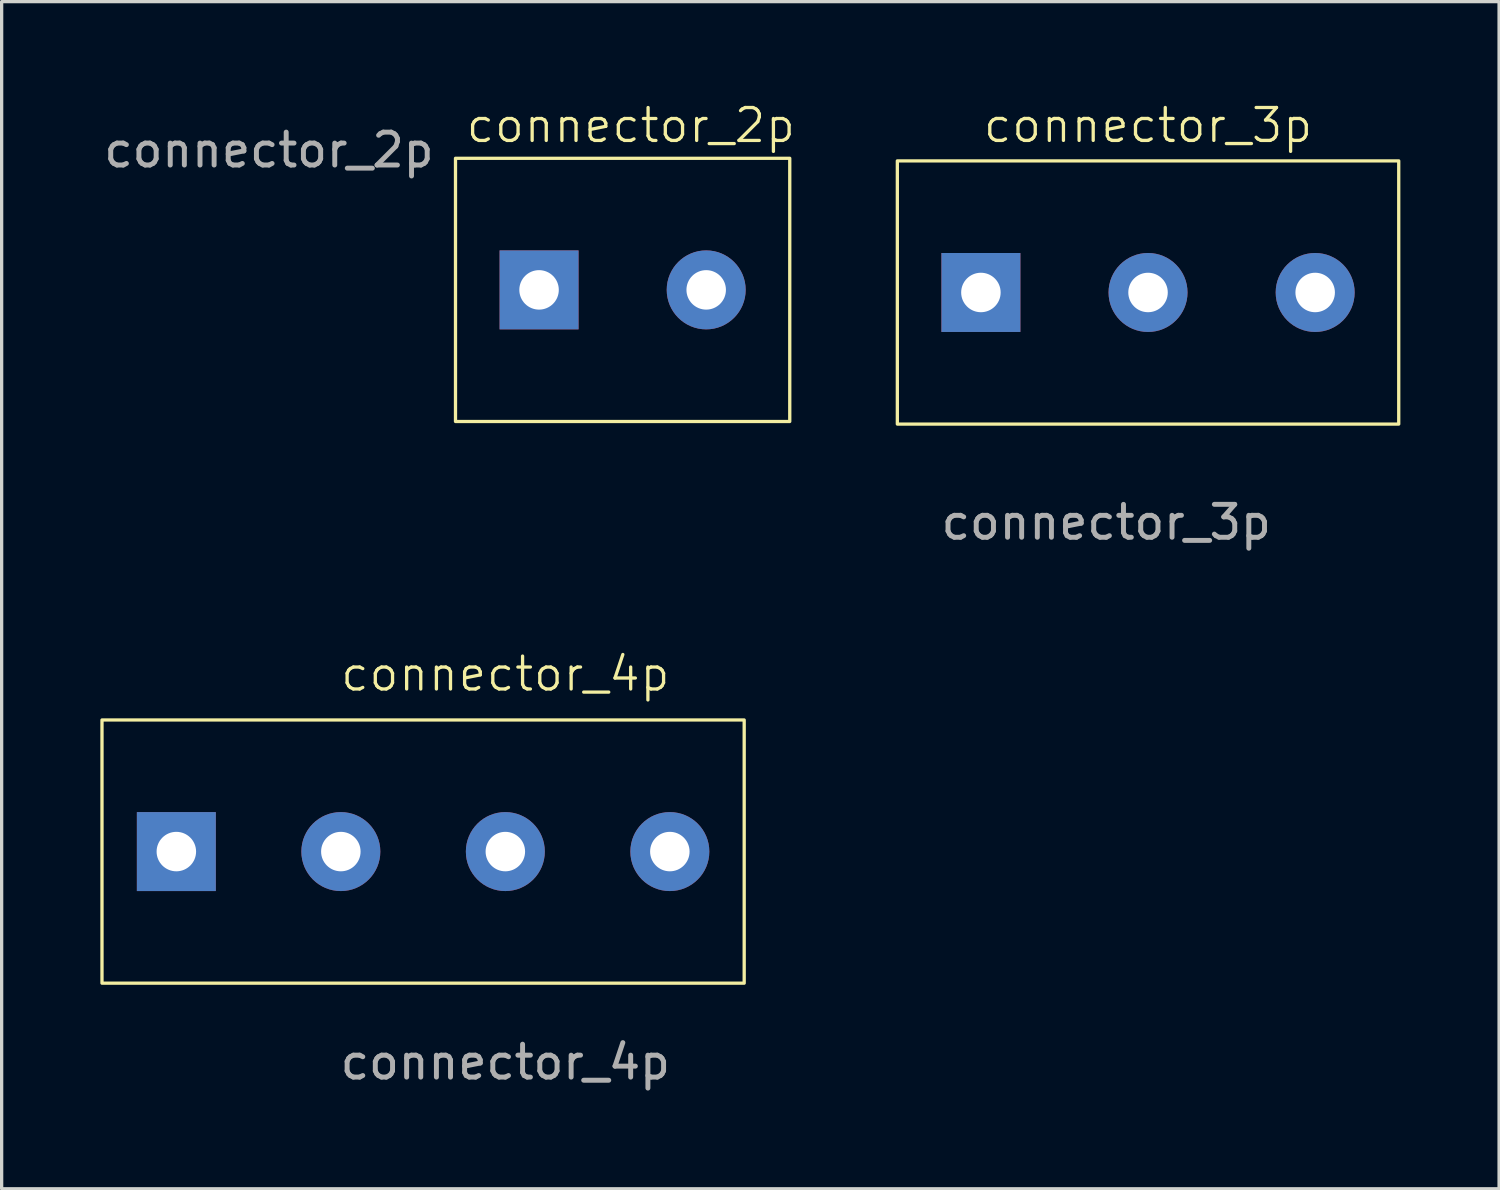
<source format=kicad_pcb>
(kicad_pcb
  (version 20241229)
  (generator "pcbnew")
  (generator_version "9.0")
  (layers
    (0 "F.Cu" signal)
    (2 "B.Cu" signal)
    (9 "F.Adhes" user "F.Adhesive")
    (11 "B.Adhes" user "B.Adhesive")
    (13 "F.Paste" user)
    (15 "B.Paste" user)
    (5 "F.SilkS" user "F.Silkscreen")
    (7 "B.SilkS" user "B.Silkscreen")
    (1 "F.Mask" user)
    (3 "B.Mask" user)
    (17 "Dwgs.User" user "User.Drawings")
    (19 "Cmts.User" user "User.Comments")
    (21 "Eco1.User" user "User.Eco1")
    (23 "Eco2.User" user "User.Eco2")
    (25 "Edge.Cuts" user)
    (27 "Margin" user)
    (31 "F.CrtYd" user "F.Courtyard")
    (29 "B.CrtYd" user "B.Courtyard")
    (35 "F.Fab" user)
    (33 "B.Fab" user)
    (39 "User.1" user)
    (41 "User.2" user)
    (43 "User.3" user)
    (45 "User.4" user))
  (footprint "connector_2p"
    (layer "F.Cu")
    (at 15.875 5.761)
    (property "Reference" "connector_2p" (at 0.25 -5 0) (unlocked yes) (layer "F.SilkS") (effects (font (size 1 1) (thickness 0.1))))
    (attr smd)
    (fp_rect (start -5.08 -4) (end 5.08 4) (stroke (width 0.1) (type default)) (fill no) (layer "F.SilkS"))
    (fp_text user "${REFERENCE}" (at -10.75 -4.25 0) (unlocked yes) (layer "F.Fab") (effects (font (size 1 1) (thickness 0.15))))
    (pad "1" thru_hole rect (at -2.54 0) (size 2.4 2.4) (drill 1.2) (layers "*.Cu" "*.Mask"))
    (pad "2" thru_hole circle (at 2.54 0) (size 2.4 2.4) (drill 1.2) (layers "*.Cu" "*.Mask")))
  (footprint "connector_3p"
    (layer "F.Cu")
    (at 31.845 5.84)
    (property "Reference" "connector_3p" (at 0 -5.08 0) (unlocked yes) (layer "F.SilkS") (effects (font (size 1 1) (thickness 0.1))))
    (attr smd)
    (fp_rect (start -7.62 -4) (end 7.62 4) (stroke (width 0.1) (type default)) (fill no) (layer "F.SilkS"))
    (fp_text user "${REFERENCE}" (at -1.27 6.985 0) (unlocked yes) (layer "F.Fab") (effects (font (size 1 1) (thickness 0.15))))
    (pad "1" thru_hole rect (at -5.08 0) (size 2.4 2.4) (drill 1.2) (layers "*.Cu" "*.Mask"))
    (pad "2" thru_hole circle (at 0 0) (size 2.4 2.4) (drill 1.2) (layers "*.Cu" "*.Mask"))
    (pad "3" thru_hole circle (at 5.08 0) (size 2.4 2.4) (drill 1.2) (layers "*.Cu" "*.Mask")))
  (footprint "connector_4p"
    (layer "F.Cu")
    (at 12.31 22.834)
    (property "Reference" "connector_4p" (at 0 -5.4 0) (unlocked yes) (layer "F.SilkS") (effects (font (size 1 1) (thickness 0.1))))
    (attr through_hole)
    (fp_rect (start -12.26 -4) (end 7.26 4) (stroke (width 0.1) (type default)) (fill no) (layer "F.SilkS"))
    (fp_text user "${REFERENCE}" (at 0 6.4 0) (unlocked yes) (layer "F.Fab") (effects (font (size 1 1) (thickness 0.15))))
    (pad "1" thru_hole rect (at -10 0) (size 2.4 2.4) (drill 1.2) (layers "*.Cu" "*.Mask"))
    (pad "2" thru_hole circle (at -5 0) (size 2.4 2.4) (drill 1.2) (layers "*.Cu" "*.Mask"))
    (pad "3" thru_hole circle (at 0 0) (size 2.4 2.4) (drill 1.2) (layers "*.Cu" "*.Mask"))
    (pad "4" thru_hole circle (at 5 0) (size 2.4 2.4) (drill 1.2) (layers "*.Cu" "*.Mask")))
  (gr_rect
    (start -3 -3)
    (end 42.515 33.083)
    (stroke (width 0.1) (type default))
    (fill no)
    (layer "Edge.Cuts")))
</source>
